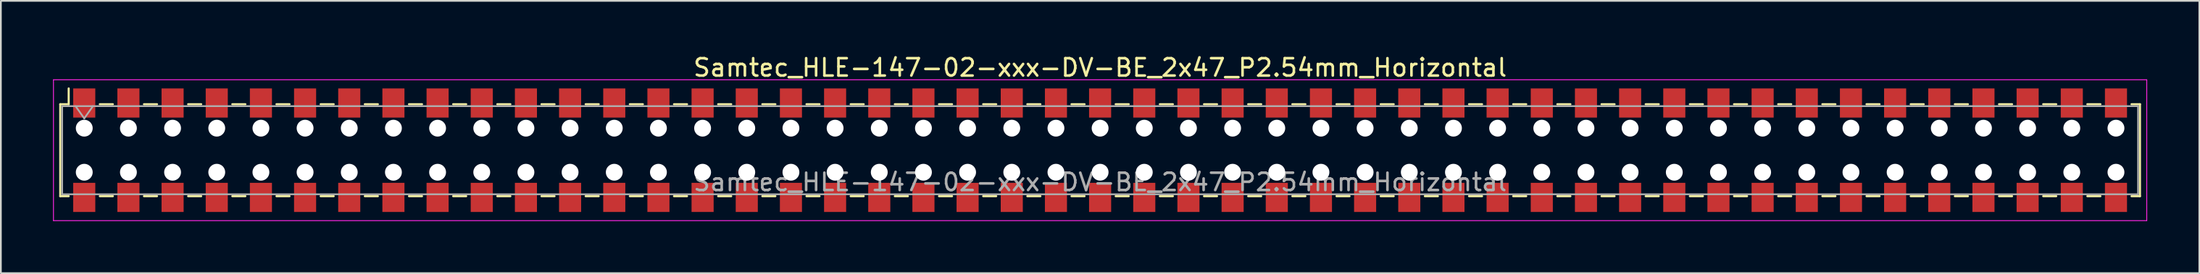
<source format=kicad_pcb>
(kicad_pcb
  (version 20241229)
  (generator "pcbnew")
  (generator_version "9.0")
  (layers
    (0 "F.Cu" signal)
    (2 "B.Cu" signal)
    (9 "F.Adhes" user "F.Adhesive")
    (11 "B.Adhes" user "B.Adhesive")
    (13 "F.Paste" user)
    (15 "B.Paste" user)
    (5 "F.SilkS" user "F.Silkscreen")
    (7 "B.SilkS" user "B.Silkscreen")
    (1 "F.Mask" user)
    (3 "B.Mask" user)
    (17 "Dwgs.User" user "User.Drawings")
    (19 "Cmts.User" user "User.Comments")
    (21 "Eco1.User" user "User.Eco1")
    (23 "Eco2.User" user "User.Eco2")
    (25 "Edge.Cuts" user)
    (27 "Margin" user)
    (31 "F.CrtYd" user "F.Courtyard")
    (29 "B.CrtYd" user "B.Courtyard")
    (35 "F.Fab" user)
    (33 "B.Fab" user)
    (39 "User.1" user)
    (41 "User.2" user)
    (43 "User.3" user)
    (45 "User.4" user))
  (footprint "Samtec_HLE-147-02-xxx-DV-BE_2x47_P2.54mm_Horizontal"
    (layer "F.Cu")
    (at 60.215 5.608)
    (property "Reference" "Samtec_HLE-147-02-xxx-DV-BE_2x47_P2.54mm_Horizontal" (at 0 -4.76 0) (layer "F.SilkS") (effects (font (size 1 1) (thickness 0.15))))
    (attr smd)
    (fp_line (start -59.8 -2.65) (end -59.8 2.65) (stroke (width 0.12) (type solid)) (layer "F.SilkS"))
    (fp_line (start -59.8 2.65) (end -59.315 2.65) (stroke (width 0.12) (type solid)) (layer "F.SilkS"))
    (fp_line (start -59.315 -3.56) (end -59.315 -2.65) (stroke (width 0.12) (type solid)) (layer "F.SilkS"))
    (fp_line (start -59.315 -2.65) (end -59.8 -2.65) (stroke (width 0.12) (type solid)) (layer "F.SilkS"))
    (fp_line (start -57.525 -2.65) (end -56.775 -2.65) (stroke (width 0.12) (type solid)) (layer "F.SilkS"))
    (fp_line (start -57.525 2.65) (end -56.775 2.65) (stroke (width 0.12) (type solid)) (layer "F.SilkS"))
    (fp_line (start -54.985 -2.65) (end -54.235 -2.65) (stroke (width 0.12) (type solid)) (layer "F.SilkS"))
    (fp_line (start -54.985 2.65) (end -54.235 2.65) (stroke (width 0.12) (type solid)) (layer "F.SilkS"))
    (fp_line (start -52.445 -2.65) (end -51.695 -2.65) (stroke (width 0.12) (type solid)) (layer "F.SilkS"))
    (fp_line (start -52.445 2.65) (end -51.695 2.65) (stroke (width 0.12) (type solid)) (layer "F.SilkS"))
    (fp_line (start -49.905 -2.65) (end -49.155 -2.65) (stroke (width 0.12) (type solid)) (layer "F.SilkS"))
    (fp_line (start -49.905 2.65) (end -49.155 2.65) (stroke (width 0.12) (type solid)) (layer "F.SilkS"))
    (fp_line (start -47.365 -2.65) (end -46.615 -2.65) (stroke (width 0.12) (type solid)) (layer "F.SilkS"))
    (fp_line (start -47.365 2.65) (end -46.615 2.65) (stroke (width 0.12) (type solid)) (layer "F.SilkS"))
    (fp_line (start -44.825 -2.65) (end -44.075 -2.65) (stroke (width 0.12) (type solid)) (layer "F.SilkS"))
    (fp_line (start -44.825 2.65) (end -44.075 2.65) (stroke (width 0.12) (type solid)) (layer "F.SilkS"))
    (fp_line (start -42.285 -2.65) (end -41.535 -2.65) (stroke (width 0.12) (type solid)) (layer "F.SilkS"))
    (fp_line (start -42.285 2.65) (end -41.535 2.65) (stroke (width 0.12) (type solid)) (layer "F.SilkS"))
    (fp_line (start -39.745 -2.65) (end -38.995 -2.65) (stroke (width 0.12) (type solid)) (layer "F.SilkS"))
    (fp_line (start -39.745 2.65) (end -38.995 2.65) (stroke (width 0.12) (type solid)) (layer "F.SilkS"))
    (fp_line (start -37.205 -2.65) (end -36.455 -2.65) (stroke (width 0.12) (type solid)) (layer "F.SilkS"))
    (fp_line (start -37.205 2.65) (end -36.455 2.65) (stroke (width 0.12) (type solid)) (layer "F.SilkS"))
    (fp_line (start -34.665 -2.65) (end -33.915 -2.65) (stroke (width 0.12) (type solid)) (layer "F.SilkS"))
    (fp_line (start -34.665 2.65) (end -33.915 2.65) (stroke (width 0.12) (type solid)) (layer "F.SilkS"))
    (fp_line (start -32.125 -2.65) (end -31.375 -2.65) (stroke (width 0.12) (type solid)) (layer "F.SilkS"))
    (fp_line (start -32.125 2.65) (end -31.375 2.65) (stroke (width 0.12) (type solid)) (layer "F.SilkS"))
    (fp_line (start -29.585 -2.65) (end -28.835 -2.65) (stroke (width 0.12) (type solid)) (layer "F.SilkS"))
    (fp_line (start -29.585 2.65) (end -28.835 2.65) (stroke (width 0.12) (type solid)) (layer "F.SilkS"))
    (fp_line (start -27.045 -2.65) (end -26.295 -2.65) (stroke (width 0.12) (type solid)) (layer "F.SilkS"))
    (fp_line (start -27.045 2.65) (end -26.295 2.65) (stroke (width 0.12) (type solid)) (layer "F.SilkS"))
    (fp_line (start -24.505 -2.65) (end -23.755 -2.65) (stroke (width 0.12) (type solid)) (layer "F.SilkS"))
    (fp_line (start -24.505 2.65) (end -23.755 2.65) (stroke (width 0.12) (type solid)) (layer "F.SilkS"))
    (fp_line (start -21.965 -2.65) (end -21.215 -2.65) (stroke (width 0.12) (type solid)) (layer "F.SilkS"))
    (fp_line (start -21.965 2.65) (end -21.215 2.65) (stroke (width 0.12) (type solid)) (layer "F.SilkS"))
    (fp_line (start -19.425 -2.65) (end -18.675 -2.65) (stroke (width 0.12) (type solid)) (layer "F.SilkS"))
    (fp_line (start -19.425 2.65) (end -18.675 2.65) (stroke (width 0.12) (type solid)) (layer "F.SilkS"))
    (fp_line (start -16.885 -2.65) (end -16.135 -2.65) (stroke (width 0.12) (type solid)) (layer "F.SilkS"))
    (fp_line (start -16.885 2.65) (end -16.135 2.65) (stroke (width 0.12) (type solid)) (layer "F.SilkS"))
    (fp_line (start -14.345 -2.65) (end -13.595 -2.65) (stroke (width 0.12) (type solid)) (layer "F.SilkS"))
    (fp_line (start -14.345 2.65) (end -13.595 2.65) (stroke (width 0.12) (type solid)) (layer "F.SilkS"))
    (fp_line (start -11.805 -2.65) (end -11.055 -2.65) (stroke (width 0.12) (type solid)) (layer "F.SilkS"))
    (fp_line (start -11.805 2.65) (end -11.055 2.65) (stroke (width 0.12) (type solid)) (layer "F.SilkS"))
    (fp_line (start -9.265 -2.65) (end -8.515 -2.65) (stroke (width 0.12) (type solid)) (layer "F.SilkS"))
    (fp_line (start -9.265 2.65) (end -8.515 2.65) (stroke (width 0.12) (type solid)) (layer "F.SilkS"))
    (fp_line (start -6.725 -2.65) (end -5.975 -2.65) (stroke (width 0.12) (type solid)) (layer "F.SilkS"))
    (fp_line (start -6.725 2.65) (end -5.975 2.65) (stroke (width 0.12) (type solid)) (layer "F.SilkS"))
    (fp_line (start -4.185 -2.65) (end -3.435 -2.65) (stroke (width 0.12) (type solid)) (layer "F.SilkS"))
    (fp_line (start -4.185 2.65) (end -3.435 2.65) (stroke (width 0.12) (type solid)) (layer "F.SilkS"))
    (fp_line (start -1.645 -2.65) (end -0.895 -2.65) (stroke (width 0.12) (type solid)) (layer "F.SilkS"))
    (fp_line (start -1.645 2.65) (end -0.895 2.65) (stroke (width 0.12) (type solid)) (layer "F.SilkS"))
    (fp_line (start 0.895 -2.65) (end 1.645 -2.65) (stroke (width 0.12) (type solid)) (layer "F.SilkS"))
    (fp_line (start 0.895 2.65) (end 1.645 2.65) (stroke (width 0.12) (type solid)) (layer "F.SilkS"))
    (fp_line (start 3.435 -2.65) (end 4.185 -2.65) (stroke (width 0.12) (type solid)) (layer "F.SilkS"))
    (fp_line (start 3.435 2.65) (end 4.185 2.65) (stroke (width 0.12) (type solid)) (layer "F.SilkS"))
    (fp_line (start 5.975 -2.65) (end 6.725 -2.65) (stroke (width 0.12) (type solid)) (layer "F.SilkS"))
    (fp_line (start 5.975 2.65) (end 6.725 2.65) (stroke (width 0.12) (type solid)) (layer "F.SilkS"))
    (fp_line (start 8.515 -2.65) (end 9.265 -2.65) (stroke (width 0.12) (type solid)) (layer "F.SilkS"))
    (fp_line (start 8.515 2.65) (end 9.265 2.65) (stroke (width 0.12) (type solid)) (layer "F.SilkS"))
    (fp_line (start 11.055 -2.65) (end 11.805 -2.65) (stroke (width 0.12) (type solid)) (layer "F.SilkS"))
    (fp_line (start 11.055 2.65) (end 11.805 2.65) (stroke (width 0.12) (type solid)) (layer "F.SilkS"))
    (fp_line (start 13.595 -2.65) (end 14.345 -2.65) (stroke (width 0.12) (type solid)) (layer "F.SilkS"))
    (fp_line (start 13.595 2.65) (end 14.345 2.65) (stroke (width 0.12) (type solid)) (layer "F.SilkS"))
    (fp_line (start 16.135 -2.65) (end 16.885 -2.65) (stroke (width 0.12) (type solid)) (layer "F.SilkS"))
    (fp_line (start 16.135 2.65) (end 16.885 2.65) (stroke (width 0.12) (type solid)) (layer "F.SilkS"))
    (fp_line (start 18.675 -2.65) (end 19.425 -2.65) (stroke (width 0.12) (type solid)) (layer "F.SilkS"))
    (fp_line (start 18.675 2.65) (end 19.425 2.65) (stroke (width 0.12) (type solid)) (layer "F.SilkS"))
    (fp_line (start 21.215 -2.65) (end 21.965 -2.65) (stroke (width 0.12) (type solid)) (layer "F.SilkS"))
    (fp_line (start 21.215 2.65) (end 21.965 2.65) (stroke (width 0.12) (type solid)) (layer "F.SilkS"))
    (fp_line (start 23.755 -2.65) (end 24.505 -2.65) (stroke (width 0.12) (type solid)) (layer "F.SilkS"))
    (fp_line (start 23.755 2.65) (end 24.505 2.65) (stroke (width 0.12) (type solid)) (layer "F.SilkS"))
    (fp_line (start 26.295 -2.65) (end 27.045 -2.65) (stroke (width 0.12) (type solid)) (layer "F.SilkS"))
    (fp_line (start 26.295 2.65) (end 27.045 2.65) (stroke (width 0.12) (type solid)) (layer "F.SilkS"))
    (fp_line (start 28.835 -2.65) (end 29.585 -2.65) (stroke (width 0.12) (type solid)) (layer "F.SilkS"))
    (fp_line (start 28.835 2.65) (end 29.585 2.65) (stroke (width 0.12) (type solid)) (layer "F.SilkS"))
    (fp_line (start 31.375 -2.65) (end 32.125 -2.65) (stroke (width 0.12) (type solid)) (layer "F.SilkS"))
    (fp_line (start 31.375 2.65) (end 32.125 2.65) (stroke (width 0.12) (type solid)) (layer "F.SilkS"))
    (fp_line (start 33.915 -2.65) (end 34.665 -2.65) (stroke (width 0.12) (type solid)) (layer "F.SilkS"))
    (fp_line (start 33.915 2.65) (end 34.665 2.65) (stroke (width 0.12) (type solid)) (layer "F.SilkS"))
    (fp_line (start 36.455 -2.65) (end 37.205 -2.65) (stroke (width 0.12) (type solid)) (layer "F.SilkS"))
    (fp_line (start 36.455 2.65) (end 37.205 2.65) (stroke (width 0.12) (type solid)) (layer "F.SilkS"))
    (fp_line (start 38.995 -2.65) (end 39.745 -2.65) (stroke (width 0.12) (type solid)) (layer "F.SilkS"))
    (fp_line (start 38.995 2.65) (end 39.745 2.65) (stroke (width 0.12) (type solid)) (layer "F.SilkS"))
    (fp_line (start 41.535 -2.65) (end 42.285 -2.65) (stroke (width 0.12) (type solid)) (layer "F.SilkS"))
    (fp_line (start 41.535 2.65) (end 42.285 2.65) (stroke (width 0.12) (type solid)) (layer "F.SilkS"))
    (fp_line (start 44.075 -2.65) (end 44.825 -2.65) (stroke (width 0.12) (type solid)) (layer "F.SilkS"))
    (fp_line (start 44.075 2.65) (end 44.825 2.65) (stroke (width 0.12) (type solid)) (layer "F.SilkS"))
    (fp_line (start 46.615 -2.65) (end 47.365 -2.65) (stroke (width 0.12) (type solid)) (layer "F.SilkS"))
    (fp_line (start 46.615 2.65) (end 47.365 2.65) (stroke (width 0.12) (type solid)) (layer "F.SilkS"))
    (fp_line (start 49.155 -2.65) (end 49.905 -2.65) (stroke (width 0.12) (type solid)) (layer "F.SilkS"))
    (fp_line (start 49.155 2.65) (end 49.905 2.65) (stroke (width 0.12) (type solid)) (layer "F.SilkS"))
    (fp_line (start 51.695 -2.65) (end 52.445 -2.65) (stroke (width 0.12) (type solid)) (layer "F.SilkS"))
    (fp_line (start 51.695 2.65) (end 52.445 2.65) (stroke (width 0.12) (type solid)) (layer "F.SilkS"))
    (fp_line (start 54.235 -2.65) (end 54.985 -2.65) (stroke (width 0.12) (type solid)) (layer "F.SilkS"))
    (fp_line (start 54.235 2.65) (end 54.985 2.65) (stroke (width 0.12) (type solid)) (layer "F.SilkS"))
    (fp_line (start 56.775 -2.65) (end 57.525 -2.65) (stroke (width 0.12) (type solid)) (layer "F.SilkS"))
    (fp_line (start 56.775 2.65) (end 57.525 2.65) (stroke (width 0.12) (type solid)) (layer "F.SilkS"))
    (fp_line (start 59.315 -2.65) (end 59.8 -2.65) (stroke (width 0.12) (type solid)) (layer "F.SilkS"))
    (fp_line (start 59.8 -2.65) (end 59.8 2.65) (stroke (width 0.12) (type solid)) (layer "F.SilkS"))
    (fp_line (start 59.8 2.65) (end 59.315 2.65) (stroke (width 0.12) (type solid)) (layer "F.SilkS"))
    (fp_line (start -60.19 -4.06) (end 60.19 -4.06) (stroke (width 0.05) (type solid)) (layer "F.CrtYd"))
    (fp_line (start -60.19 4.06) (end -60.19 -4.06) (stroke (width 0.05) (type solid)) (layer "F.CrtYd"))
    (fp_line (start 60.19 -4.06) (end 60.19 4.06) (stroke (width 0.05) (type solid)) (layer "F.CrtYd"))
    (fp_line (start 60.19 4.06) (end -60.19 4.06) (stroke (width 0.05) (type solid)) (layer "F.CrtYd"))
    (fp_line (start -59.69 -2.54) (end 59.69 -2.54) (stroke (width 0.1) (type solid)) (layer "F.Fab"))
    (fp_line (start -59.69 2.54) (end -59.69 -2.54) (stroke (width 0.1) (type solid)) (layer "F.Fab"))
    (fp_line (start -58.92 -2.54) (end -58.42 -1.833) (stroke (width 0.1) (type solid)) (layer "F.Fab"))
    (fp_line (start -58.42 -1.833) (end -57.92 -2.54) (stroke (width 0.1) (type solid)) (layer "F.Fab"))
    (fp_line (start 59.69 -2.54) (end 59.69 2.54) (stroke (width 0.1) (type solid)) (layer "F.Fab"))
    (fp_line (start 59.69 2.54) (end -59.69 2.54) (stroke (width 0.1) (type solid)) (layer "F.Fab"))
    (fp_text user "${REFERENCE}" (at 0 1.84 0) (layer "F.Fab") (effects (font (size 1 1) (thickness 0.15))))
    (pad "" np_thru_hole circle (at -58.42 -1.27) (size 0.97 0.97) (drill 0.97) (layers "*.Cu" "*.Mask"))
    (pad "" np_thru_hole circle (at -58.42 1.27) (size 0.97 0.97) (drill 0.97) (layers "*.Cu" "*.Mask"))
    (pad "" np_thru_hole circle (at -55.88 -1.27) (size 0.97 0.97) (drill 0.97) (layers "*.Cu" "*.Mask"))
    (pad "" np_thru_hole circle (at -55.88 1.27) (size 0.97 0.97) (drill 0.97) (layers "*.Cu" "*.Mask"))
    (pad "" np_thru_hole circle (at -53.34 -1.27) (size 0.97 0.97) (drill 0.97) (layers "*.Cu" "*.Mask"))
    (pad "" np_thru_hole circle (at -53.34 1.27) (size 0.97 0.97) (drill 0.97) (layers "*.Cu" "*.Mask"))
    (pad "" np_thru_hole circle (at -50.8 -1.27) (size 0.97 0.97) (drill 0.97) (layers "*.Cu" "*.Mask"))
    (pad "" np_thru_hole circle (at -50.8 1.27) (size 0.97 0.97) (drill 0.97) (layers "*.Cu" "*.Mask"))
    (pad "" np_thru_hole circle (at -48.26 -1.27) (size 0.97 0.97) (drill 0.97) (layers "*.Cu" "*.Mask"))
    (pad "" np_thru_hole circle (at -48.26 1.27) (size 0.97 0.97) (drill 0.97) (layers "*.Cu" "*.Mask"))
    (pad "" np_thru_hole circle (at -45.72 -1.27) (size 0.97 0.97) (drill 0.97) (layers "*.Cu" "*.Mask"))
    (pad "" np_thru_hole circle (at -45.72 1.27) (size 0.97 0.97) (drill 0.97) (layers "*.Cu" "*.Mask"))
    (pad "" np_thru_hole circle (at -43.18 -1.27) (size 0.97 0.97) (drill 0.97) (layers "*.Cu" "*.Mask"))
    (pad "" np_thru_hole circle (at -43.18 1.27) (size 0.97 0.97) (drill 0.97) (layers "*.Cu" "*.Mask"))
    (pad "" np_thru_hole circle (at -40.64 -1.27) (size 0.97 0.97) (drill 0.97) (layers "*.Cu" "*.Mask"))
    (pad "" np_thru_hole circle (at -40.64 1.27) (size 0.97 0.97) (drill 0.97) (layers "*.Cu" "*.Mask"))
    (pad "" np_thru_hole circle (at -38.1 -1.27) (size 0.97 0.97) (drill 0.97) (layers "*.Cu" "*.Mask"))
    (pad "" np_thru_hole circle (at -38.1 1.27) (size 0.97 0.97) (drill 0.97) (layers "*.Cu" "*.Mask"))
    (pad "" np_thru_hole circle (at -35.56 -1.27) (size 0.97 0.97) (drill 0.97) (layers "*.Cu" "*.Mask"))
    (pad "" np_thru_hole circle (at -35.56 1.27) (size 0.97 0.97) (drill 0.97) (layers "*.Cu" "*.Mask"))
    (pad "" np_thru_hole circle (at -33.02 -1.27) (size 0.97 0.97) (drill 0.97) (layers "*.Cu" "*.Mask"))
    (pad "" np_thru_hole circle (at -33.02 1.27) (size 0.97 0.97) (drill 0.97) (layers "*.Cu" "*.Mask"))
    (pad "" np_thru_hole circle (at -30.48 -1.27) (size 0.97 0.97) (drill 0.97) (layers "*.Cu" "*.Mask"))
    (pad "" np_thru_hole circle (at -30.48 1.27) (size 0.97 0.97) (drill 0.97) (layers "*.Cu" "*.Mask"))
    (pad "" np_thru_hole circle (at -27.94 -1.27) (size 0.97 0.97) (drill 0.97) (layers "*.Cu" "*.Mask"))
    (pad "" np_thru_hole circle (at -27.94 1.27) (size 0.97 0.97) (drill 0.97) (layers "*.Cu" "*.Mask"))
    (pad "" np_thru_hole circle (at -25.4 -1.27) (size 0.97 0.97) (drill 0.97) (layers "*.Cu" "*.Mask"))
    (pad "" np_thru_hole circle (at -25.4 1.27) (size 0.97 0.97) (drill 0.97) (layers "*.Cu" "*.Mask"))
    (pad "" np_thru_hole circle (at -22.86 -1.27) (size 0.97 0.97) (drill 0.97) (layers "*.Cu" "*.Mask"))
    (pad "" np_thru_hole circle (at -22.86 1.27) (size 0.97 0.97) (drill 0.97) (layers "*.Cu" "*.Mask"))
    (pad "" np_thru_hole circle (at -20.32 -1.27) (size 0.97 0.97) (drill 0.97) (layers "*.Cu" "*.Mask"))
    (pad "" np_thru_hole circle (at -20.32 1.27) (size 0.97 0.97) (drill 0.97) (layers "*.Cu" "*.Mask"))
    (pad "" np_thru_hole circle (at -17.78 -1.27) (size 0.97 0.97) (drill 0.97) (layers "*.Cu" "*.Mask"))
    (pad "" np_thru_hole circle (at -17.78 1.27) (size 0.97 0.97) (drill 0.97) (layers "*.Cu" "*.Mask"))
    (pad "" np_thru_hole circle (at -15.24 -1.27) (size 0.97 0.97) (drill 0.97) (layers "*.Cu" "*.Mask"))
    (pad "" np_thru_hole circle (at -15.24 1.27) (size 0.97 0.97) (drill 0.97) (layers "*.Cu" "*.Mask"))
    (pad "" np_thru_hole circle (at -12.7 -1.27) (size 0.97 0.97) (drill 0.97) (layers "*.Cu" "*.Mask"))
    (pad "" np_thru_hole circle (at -12.7 1.27) (size 0.97 0.97) (drill 0.97) (layers "*.Cu" "*.Mask"))
    (pad "" np_thru_hole circle (at -10.16 -1.27) (size 0.97 0.97) (drill 0.97) (layers "*.Cu" "*.Mask"))
    (pad "" np_thru_hole circle (at -10.16 1.27) (size 0.97 0.97) (drill 0.97) (layers "*.Cu" "*.Mask"))
    (pad "" np_thru_hole circle (at -7.62 -1.27) (size 0.97 0.97) (drill 0.97) (layers "*.Cu" "*.Mask"))
    (pad "" np_thru_hole circle (at -7.62 1.27) (size 0.97 0.97) (drill 0.97) (layers "*.Cu" "*.Mask"))
    (pad "" np_thru_hole circle (at -5.08 -1.27) (size 0.97 0.97) (drill 0.97) (layers "*.Cu" "*.Mask"))
    (pad "" np_thru_hole circle (at -5.08 1.27) (size 0.97 0.97) (drill 0.97) (layers "*.Cu" "*.Mask"))
    (pad "" np_thru_hole circle (at -2.54 -1.27) (size 0.97 0.97) (drill 0.97) (layers "*.Cu" "*.Mask"))
    (pad "" np_thru_hole circle (at -2.54 1.27) (size 0.97 0.97) (drill 0.97) (layers "*.Cu" "*.Mask"))
    (pad "" np_thru_hole circle (at 0 -1.27) (size 0.97 0.97) (drill 0.97) (layers "*.Cu" "*.Mask"))
    (pad "" np_thru_hole circle (at 0 1.27) (size 0.97 0.97) (drill 0.97) (layers "*.Cu" "*.Mask"))
    (pad "" np_thru_hole circle (at 2.54 -1.27) (size 0.97 0.97) (drill 0.97) (layers "*.Cu" "*.Mask"))
    (pad "" np_thru_hole circle (at 2.54 1.27) (size 0.97 0.97) (drill 0.97) (layers "*.Cu" "*.Mask"))
    (pad "" np_thru_hole circle (at 5.08 -1.27) (size 0.97 0.97) (drill 0.97) (layers "*.Cu" "*.Mask"))
    (pad "" np_thru_hole circle (at 5.08 1.27) (size 0.97 0.97) (drill 0.97) (layers "*.Cu" "*.Mask"))
    (pad "" np_thru_hole circle (at 7.62 -1.27) (size 0.97 0.97) (drill 0.97) (layers "*.Cu" "*.Mask"))
    (pad "" np_thru_hole circle (at 7.62 1.27) (size 0.97 0.97) (drill 0.97) (layers "*.Cu" "*.Mask"))
    (pad "" np_thru_hole circle (at 10.16 -1.27) (size 0.97 0.97) (drill 0.97) (layers "*.Cu" "*.Mask"))
    (pad "" np_thru_hole circle (at 10.16 1.27) (size 0.97 0.97) (drill 0.97) (layers "*.Cu" "*.Mask"))
    (pad "" np_thru_hole circle (at 12.7 -1.27) (size 0.97 0.97) (drill 0.97) (layers "*.Cu" "*.Mask"))
    (pad "" np_thru_hole circle (at 12.7 1.27) (size 0.97 0.97) (drill 0.97) (layers "*.Cu" "*.Mask"))
    (pad "" np_thru_hole circle (at 15.24 -1.27) (size 0.97 0.97) (drill 0.97) (layers "*.Cu" "*.Mask"))
    (pad "" np_thru_hole circle (at 15.24 1.27) (size 0.97 0.97) (drill 0.97) (layers "*.Cu" "*.Mask"))
    (pad "" np_thru_hole circle (at 17.78 -1.27) (size 0.97 0.97) (drill 0.97) (layers "*.Cu" "*.Mask"))
    (pad "" np_thru_hole circle (at 17.78 1.27) (size 0.97 0.97) (drill 0.97) (layers "*.Cu" "*.Mask"))
    (pad "" np_thru_hole circle (at 20.32 -1.27) (size 0.97 0.97) (drill 0.97) (layers "*.Cu" "*.Mask"))
    (pad "" np_thru_hole circle (at 20.32 1.27) (size 0.97 0.97) (drill 0.97) (layers "*.Cu" "*.Mask"))
    (pad "" np_thru_hole circle (at 22.86 -1.27) (size 0.97 0.97) (drill 0.97) (layers "*.Cu" "*.Mask"))
    (pad "" np_thru_hole circle (at 22.86 1.27) (size 0.97 0.97) (drill 0.97) (layers "*.Cu" "*.Mask"))
    (pad "" np_thru_hole circle (at 25.4 -1.27) (size 0.97 0.97) (drill 0.97) (layers "*.Cu" "*.Mask"))
    (pad "" np_thru_hole circle (at 25.4 1.27) (size 0.97 0.97) (drill 0.97) (layers "*.Cu" "*.Mask"))
    (pad "" np_thru_hole circle (at 27.94 -1.27) (size 0.97 0.97) (drill 0.97) (layers "*.Cu" "*.Mask"))
    (pad "" np_thru_hole circle (at 27.94 1.27) (size 0.97 0.97) (drill 0.97) (layers "*.Cu" "*.Mask"))
    (pad "" np_thru_hole circle (at 30.48 -1.27) (size 0.97 0.97) (drill 0.97) (layers "*.Cu" "*.Mask"))
    (pad "" np_thru_hole circle (at 30.48 1.27) (size 0.97 0.97) (drill 0.97) (layers "*.Cu" "*.Mask"))
    (pad "" np_thru_hole circle (at 33.02 -1.27) (size 0.97 0.97) (drill 0.97) (layers "*.Cu" "*.Mask"))
    (pad "" np_thru_hole circle (at 33.02 1.27) (size 0.97 0.97) (drill 0.97) (layers "*.Cu" "*.Mask"))
    (pad "" np_thru_hole circle (at 35.56 -1.27) (size 0.97 0.97) (drill 0.97) (layers "*.Cu" "*.Mask"))
    (pad "" np_thru_hole circle (at 35.56 1.27) (size 0.97 0.97) (drill 0.97) (layers "*.Cu" "*.Mask"))
    (pad "" np_thru_hole circle (at 38.1 -1.27) (size 0.97 0.97) (drill 0.97) (layers "*.Cu" "*.Mask"))
    (pad "" np_thru_hole circle (at 38.1 1.27) (size 0.97 0.97) (drill 0.97) (layers "*.Cu" "*.Mask"))
    (pad "" np_thru_hole circle (at 40.64 -1.27) (size 0.97 0.97) (drill 0.97) (layers "*.Cu" "*.Mask"))
    (pad "" np_thru_hole circle (at 40.64 1.27) (size 0.97 0.97) (drill 0.97) (layers "*.Cu" "*.Mask"))
    (pad "" np_thru_hole circle (at 43.18 -1.27) (size 0.97 0.97) (drill 0.97) (layers "*.Cu" "*.Mask"))
    (pad "" np_thru_hole circle (at 43.18 1.27) (size 0.97 0.97) (drill 0.97) (layers "*.Cu" "*.Mask"))
    (pad "" np_thru_hole circle (at 45.72 -1.27) (size 0.97 0.97) (drill 0.97) (layers "*.Cu" "*.Mask"))
    (pad "" np_thru_hole circle (at 45.72 1.27) (size 0.97 0.97) (drill 0.97) (layers "*.Cu" "*.Mask"))
    (pad "" np_thru_hole circle (at 48.26 -1.27) (size 0.97 0.97) (drill 0.97) (layers "*.Cu" "*.Mask"))
    (pad "" np_thru_hole circle (at 48.26 1.27) (size 0.97 0.97) (drill 0.97) (layers "*.Cu" "*.Mask"))
    (pad "" np_thru_hole circle (at 50.8 -1.27) (size 0.97 0.97) (drill 0.97) (layers "*.Cu" "*.Mask"))
    (pad "" np_thru_hole circle (at 50.8 1.27) (size 0.97 0.97) (drill 0.97) (layers "*.Cu" "*.Mask"))
    (pad "" np_thru_hole circle (at 53.34 -1.27) (size 0.97 0.97) (drill 0.97) (layers "*.Cu" "*.Mask"))
    (pad "" np_thru_hole circle (at 53.34 1.27) (size 0.97 0.97) (drill 0.97) (layers "*.Cu" "*.Mask"))
    (pad "" np_thru_hole circle (at 55.88 -1.27) (size 0.97 0.97) (drill 0.97) (layers "*.Cu" "*.Mask"))
    (pad "" np_thru_hole circle (at 55.88 1.27) (size 0.97 0.97) (drill 0.97) (layers "*.Cu" "*.Mask"))
    (pad "" np_thru_hole circle (at 58.42 -1.27) (size 0.97 0.97) (drill 0.97) (layers "*.Cu" "*.Mask"))
    (pad "" np_thru_hole circle (at 58.42 1.27) (size 0.97 0.97) (drill 0.97) (layers "*.Cu" "*.Mask"))
    (pad "1" smd rect (at -58.42 -2.72) (size 1.27 1.68) (layers "F.Cu" "F.Mask" "F.Paste"))
    (pad "2" smd rect (at -58.42 2.72) (size 1.27 1.68) (layers "F.Cu" "F.Mask" "F.Paste"))
    (pad "3" smd rect (at -55.88 -2.72) (size 1.27 1.68) (layers "F.Cu" "F.Mask" "F.Paste"))
    (pad "4" smd rect (at -55.88 2.72) (size 1.27 1.68) (layers "F.Cu" "F.Mask" "F.Paste"))
    (pad "5" smd rect (at -53.34 -2.72) (size 1.27 1.68) (layers "F.Cu" "F.Mask" "F.Paste"))
    (pad "6" smd rect (at -53.34 2.72) (size 1.27 1.68) (layers "F.Cu" "F.Mask" "F.Paste"))
    (pad "7" smd rect (at -50.8 -2.72) (size 1.27 1.68) (layers "F.Cu" "F.Mask" "F.Paste"))
    (pad "8" smd rect (at -50.8 2.72) (size 1.27 1.68) (layers "F.Cu" "F.Mask" "F.Paste"))
    (pad "9" smd rect (at -48.26 -2.72) (size 1.27 1.68) (layers "F.Cu" "F.Mask" "F.Paste"))
    (pad "10" smd rect (at -48.26 2.72) (size 1.27 1.68) (layers "F.Cu" "F.Mask" "F.Paste"))
    (pad "11" smd rect (at -45.72 -2.72) (size 1.27 1.68) (layers "F.Cu" "F.Mask" "F.Paste"))
    (pad "12" smd rect (at -45.72 2.72) (size 1.27 1.68) (layers "F.Cu" "F.Mask" "F.Paste"))
    (pad "13" smd rect (at -43.18 -2.72) (size 1.27 1.68) (layers "F.Cu" "F.Mask" "F.Paste"))
    (pad "14" smd rect (at -43.18 2.72) (size 1.27 1.68) (layers "F.Cu" "F.Mask" "F.Paste"))
    (pad "15" smd rect (at -40.64 -2.72) (size 1.27 1.68) (layers "F.Cu" "F.Mask" "F.Paste"))
    (pad "16" smd rect (at -40.64 2.72) (size 1.27 1.68) (layers "F.Cu" "F.Mask" "F.Paste"))
    (pad "17" smd rect (at -38.1 -2.72) (size 1.27 1.68) (layers "F.Cu" "F.Mask" "F.Paste"))
    (pad "18" smd rect (at -38.1 2.72) (size 1.27 1.68) (layers "F.Cu" "F.Mask" "F.Paste"))
    (pad "19" smd rect (at -35.56 -2.72) (size 1.27 1.68) (layers "F.Cu" "F.Mask" "F.Paste"))
    (pad "20" smd rect (at -35.56 2.72) (size 1.27 1.68) (layers "F.Cu" "F.Mask" "F.Paste"))
    (pad "21" smd rect (at -33.02 -2.72) (size 1.27 1.68) (layers "F.Cu" "F.Mask" "F.Paste"))
    (pad "22" smd rect (at -33.02 2.72) (size 1.27 1.68) (layers "F.Cu" "F.Mask" "F.Paste"))
    (pad "23" smd rect (at -30.48 -2.72) (size 1.27 1.68) (layers "F.Cu" "F.Mask" "F.Paste"))
    (pad "24" smd rect (at -30.48 2.72) (size 1.27 1.68) (layers "F.Cu" "F.Mask" "F.Paste"))
    (pad "25" smd rect (at -27.94 -2.72) (size 1.27 1.68) (layers "F.Cu" "F.Mask" "F.Paste"))
    (pad "26" smd rect (at -27.94 2.72) (size 1.27 1.68) (layers "F.Cu" "F.Mask" "F.Paste"))
    (pad "27" smd rect (at -25.4 -2.72) (size 1.27 1.68) (layers "F.Cu" "F.Mask" "F.Paste"))
    (pad "28" smd rect (at -25.4 2.72) (size 1.27 1.68) (layers "F.Cu" "F.Mask" "F.Paste"))
    (pad "29" smd rect (at -22.86 -2.72) (size 1.27 1.68) (layers "F.Cu" "F.Mask" "F.Paste"))
    (pad "30" smd rect (at -22.86 2.72) (size 1.27 1.68) (layers "F.Cu" "F.Mask" "F.Paste"))
    (pad "31" smd rect (at -20.32 -2.72) (size 1.27 1.68) (layers "F.Cu" "F.Mask" "F.Paste"))
    (pad "32" smd rect (at -20.32 2.72) (size 1.27 1.68) (layers "F.Cu" "F.Mask" "F.Paste"))
    (pad "33" smd rect (at -17.78 -2.72) (size 1.27 1.68) (layers "F.Cu" "F.Mask" "F.Paste"))
    (pad "34" smd rect (at -17.78 2.72) (size 1.27 1.68) (layers "F.Cu" "F.Mask" "F.Paste"))
    (pad "35" smd rect (at -15.24 -2.72) (size 1.27 1.68) (layers "F.Cu" "F.Mask" "F.Paste"))
    (pad "36" smd rect (at -15.24 2.72) (size 1.27 1.68) (layers "F.Cu" "F.Mask" "F.Paste"))
    (pad "37" smd rect (at -12.7 -2.72) (size 1.27 1.68) (layers "F.Cu" "F.Mask" "F.Paste"))
    (pad "38" smd rect (at -12.7 2.72) (size 1.27 1.68) (layers "F.Cu" "F.Mask" "F.Paste"))
    (pad "39" smd rect (at -10.16 -2.72) (size 1.27 1.68) (layers "F.Cu" "F.Mask" "F.Paste"))
    (pad "40" smd rect (at -10.16 2.72) (size 1.27 1.68) (layers "F.Cu" "F.Mask" "F.Paste"))
    (pad "41" smd rect (at -7.62 -2.72) (size 1.27 1.68) (layers "F.Cu" "F.Mask" "F.Paste"))
    (pad "42" smd rect (at -7.62 2.72) (size 1.27 1.68) (layers "F.Cu" "F.Mask" "F.Paste"))
    (pad "43" smd rect (at -5.08 -2.72) (size 1.27 1.68) (layers "F.Cu" "F.Mask" "F.Paste"))
    (pad "44" smd rect (at -5.08 2.72) (size 1.27 1.68) (layers "F.Cu" "F.Mask" "F.Paste"))
    (pad "45" smd rect (at -2.54 -2.72) (size 1.27 1.68) (layers "F.Cu" "F.Mask" "F.Paste"))
    (pad "46" smd rect (at -2.54 2.72) (size 1.27 1.68) (layers "F.Cu" "F.Mask" "F.Paste"))
    (pad "47" smd rect (at 0 -2.72) (size 1.27 1.68) (layers "F.Cu" "F.Mask" "F.Paste"))
    (pad "48" smd rect (at 0 2.72) (size 1.27 1.68) (layers "F.Cu" "F.Mask" "F.Paste"))
    (pad "49" smd rect (at 2.54 -2.72) (size 1.27 1.68) (layers "F.Cu" "F.Mask" "F.Paste"))
    (pad "50" smd rect (at 2.54 2.72) (size 1.27 1.68) (layers "F.Cu" "F.Mask" "F.Paste"))
    (pad "51" smd rect (at 5.08 -2.72) (size 1.27 1.68) (layers "F.Cu" "F.Mask" "F.Paste"))
    (pad "52" smd rect (at 5.08 2.72) (size 1.27 1.68) (layers "F.Cu" "F.Mask" "F.Paste"))
    (pad "53" smd rect (at 7.62 -2.72) (size 1.27 1.68) (layers "F.Cu" "F.Mask" "F.Paste"))
    (pad "54" smd rect (at 7.62 2.72) (size 1.27 1.68) (layers "F.Cu" "F.Mask" "F.Paste"))
    (pad "55" smd rect (at 10.16 -2.72) (size 1.27 1.68) (layers "F.Cu" "F.Mask" "F.Paste"))
    (pad "56" smd rect (at 10.16 2.72) (size 1.27 1.68) (layers "F.Cu" "F.Mask" "F.Paste"))
    (pad "57" smd rect (at 12.7 -2.72) (size 1.27 1.68) (layers "F.Cu" "F.Mask" "F.Paste"))
    (pad "58" smd rect (at 12.7 2.72) (size 1.27 1.68) (layers "F.Cu" "F.Mask" "F.Paste"))
    (pad "59" smd rect (at 15.24 -2.72) (size 1.27 1.68) (layers "F.Cu" "F.Mask" "F.Paste"))
    (pad "60" smd rect (at 15.24 2.72) (size 1.27 1.68) (layers "F.Cu" "F.Mask" "F.Paste"))
    (pad "61" smd rect (at 17.78 -2.72) (size 1.27 1.68) (layers "F.Cu" "F.Mask" "F.Paste"))
    (pad "62" smd rect (at 17.78 2.72) (size 1.27 1.68) (layers "F.Cu" "F.Mask" "F.Paste"))
    (pad "63" smd rect (at 20.32 -2.72) (size 1.27 1.68) (layers "F.Cu" "F.Mask" "F.Paste"))
    (pad "64" smd rect (at 20.32 2.72) (size 1.27 1.68) (layers "F.Cu" "F.Mask" "F.Paste"))
    (pad "65" smd rect (at 22.86 -2.72) (size 1.27 1.68) (layers "F.Cu" "F.Mask" "F.Paste"))
    (pad "66" smd rect (at 22.86 2.72) (size 1.27 1.68) (layers "F.Cu" "F.Mask" "F.Paste"))
    (pad "67" smd rect (at 25.4 -2.72) (size 1.27 1.68) (layers "F.Cu" "F.Mask" "F.Paste"))
    (pad "68" smd rect (at 25.4 2.72) (size 1.27 1.68) (layers "F.Cu" "F.Mask" "F.Paste"))
    (pad "69" smd rect (at 27.94 -2.72) (size 1.27 1.68) (layers "F.Cu" "F.Mask" "F.Paste"))
    (pad "70" smd rect (at 27.94 2.72) (size 1.27 1.68) (layers "F.Cu" "F.Mask" "F.Paste"))
    (pad "71" smd rect (at 30.48 -2.72) (size 1.27 1.68) (layers "F.Cu" "F.Mask" "F.Paste"))
    (pad "72" smd rect (at 30.48 2.72) (size 1.27 1.68) (layers "F.Cu" "F.Mask" "F.Paste"))
    (pad "73" smd rect (at 33.02 -2.72) (size 1.27 1.68) (layers "F.Cu" "F.Mask" "F.Paste"))
    (pad "74" smd rect (at 33.02 2.72) (size 1.27 1.68) (layers "F.Cu" "F.Mask" "F.Paste"))
    (pad "75" smd rect (at 35.56 -2.72) (size 1.27 1.68) (layers "F.Cu" "F.Mask" "F.Paste"))
    (pad "76" smd rect (at 35.56 2.72) (size 1.27 1.68) (layers "F.Cu" "F.Mask" "F.Paste"))
    (pad "77" smd rect (at 38.1 -2.72) (size 1.27 1.68) (layers "F.Cu" "F.Mask" "F.Paste"))
    (pad "78" smd rect (at 38.1 2.72) (size 1.27 1.68) (layers "F.Cu" "F.Mask" "F.Paste"))
    (pad "79" smd rect (at 40.64 -2.72) (size 1.27 1.68) (layers "F.Cu" "F.Mask" "F.Paste"))
    (pad "80" smd rect (at 40.64 2.72) (size 1.27 1.68) (layers "F.Cu" "F.Mask" "F.Paste"))
    (pad "81" smd rect (at 43.18 -2.72) (size 1.27 1.68) (layers "F.Cu" "F.Mask" "F.Paste"))
    (pad "82" smd rect (at 43.18 2.72) (size 1.27 1.68) (layers "F.Cu" "F.Mask" "F.Paste"))
    (pad "83" smd rect (at 45.72 -2.72) (size 1.27 1.68) (layers "F.Cu" "F.Mask" "F.Paste"))
    (pad "84" smd rect (at 45.72 2.72) (size 1.27 1.68) (layers "F.Cu" "F.Mask" "F.Paste"))
    (pad "85" smd rect (at 48.26 -2.72) (size 1.27 1.68) (layers "F.Cu" "F.Mask" "F.Paste"))
    (pad "86" smd rect (at 48.26 2.72) (size 1.27 1.68) (layers "F.Cu" "F.Mask" "F.Paste"))
    (pad "87" smd rect (at 50.8 -2.72) (size 1.27 1.68) (layers "F.Cu" "F.Mask" "F.Paste"))
    (pad "88" smd rect (at 50.8 2.72) (size 1.27 1.68) (layers "F.Cu" "F.Mask" "F.Paste"))
    (pad "89" smd rect (at 53.34 -2.72) (size 1.27 1.68) (layers "F.Cu" "F.Mask" "F.Paste"))
    (pad "90" smd rect (at 53.34 2.72) (size 1.27 1.68) (layers "F.Cu" "F.Mask" "F.Paste"))
    (pad "91" smd rect (at 55.88 -2.72) (size 1.27 1.68) (layers "F.Cu" "F.Mask" "F.Paste"))
    (pad "92" smd rect (at 55.88 2.72) (size 1.27 1.68) (layers "F.Cu" "F.Mask" "F.Paste"))
    (pad "93" smd rect (at 58.42 -2.72) (size 1.27 1.68) (layers "F.Cu" "F.Mask" "F.Paste"))
    (pad "94" smd rect (at 58.42 2.72) (size 1.27 1.68) (layers "F.Cu" "F.Mask" "F.Paste")))
  (gr_rect
    (start -3 -3)
    (end 123.43 12.693)
    (stroke (width 0.1) (type default))
    (fill no)
    (layer "Edge.Cuts")))
</source>
